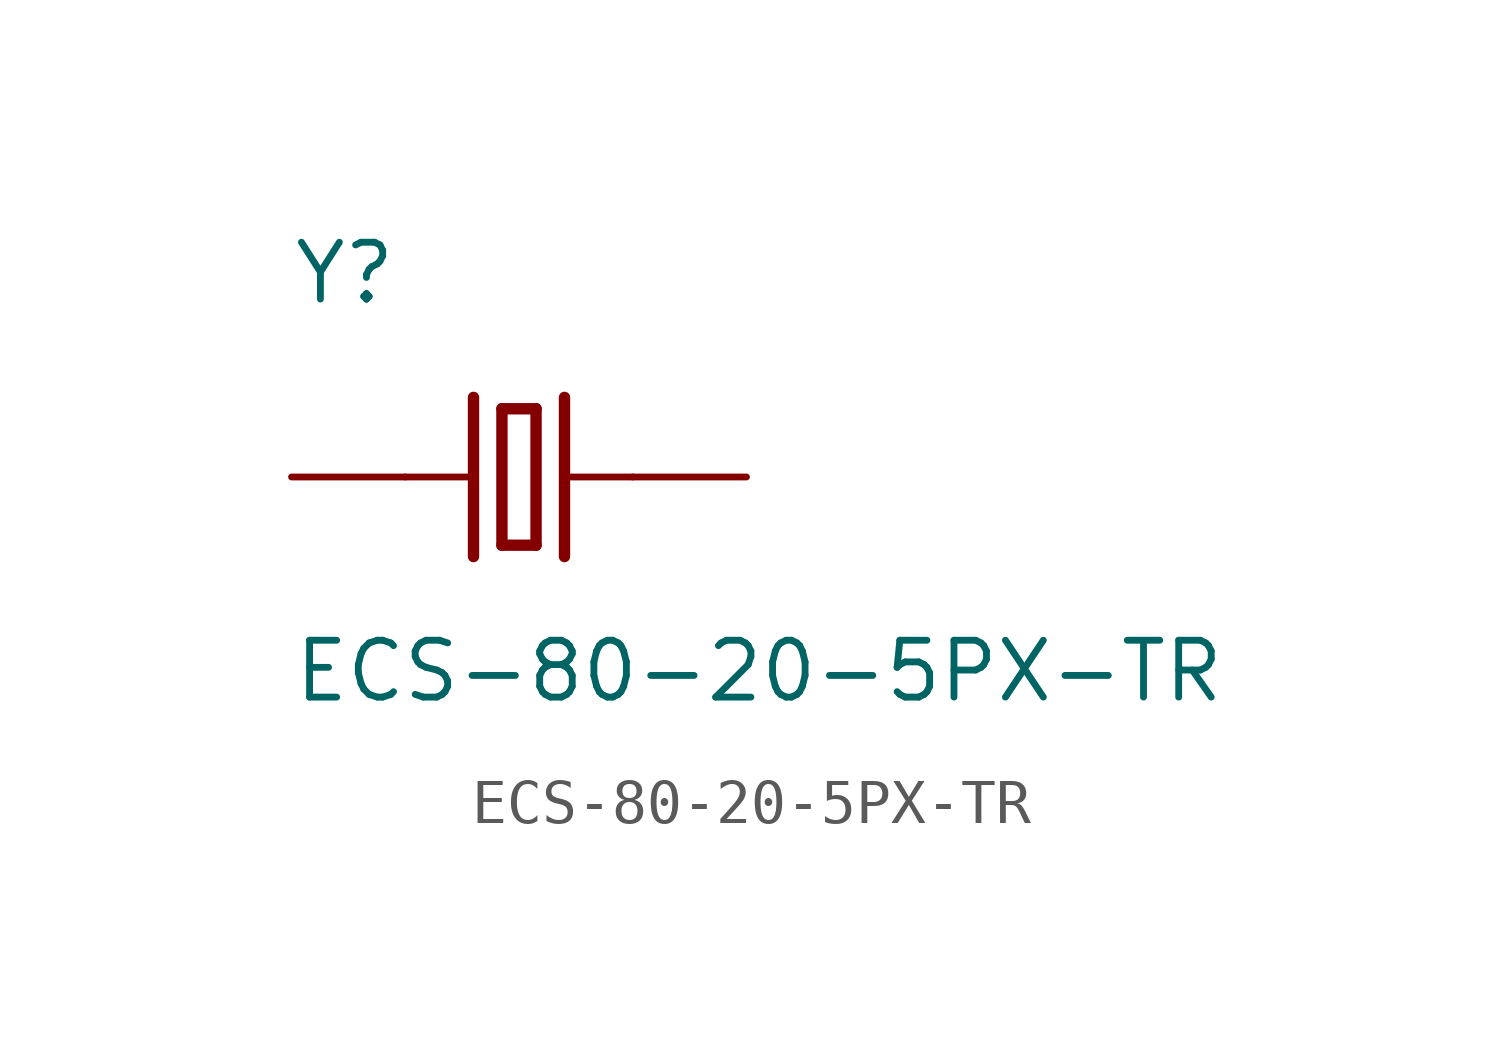
<source format=kicad_sym>
(kicad_symbol_lib
  (version 20220914)
  (generator kicad_symbol_editor)
  (symbol "ECS-80-20-5PX-TR"
    (pin_numbers hide)
    (pin_names
      (offset 1.016) hide)
    (property "Reference" "Y"
      (at -5.08 3.81 0)
      (effects (font (size 1.27 1.27)) (justify left bottom)))
    (property "Value" "ECS-80-20-5PX-TR"
      (at -5.08 -5.08 0)
      (effects (font (size 1.27 1.27)) (justify left bottom)))
    (property "ki_locked" ""
      (at 0 0 0)
      (effects (font (size 1.27 1.27))))
    (symbol "ECS-80-20-5PX-TR_0_0"
      (polyline (pts (xy -2.54 0) (xy -1.016 0)) (stroke (width 0.152) (type solid)) (fill (type none)))
      (polyline (pts (xy -1.016 1.778) (xy -1.016 -1.778)) (stroke (width 0.254) (type solid)) (fill (type none)))
      (polyline (pts (xy -0.381 -1.524) (xy 0.381 -1.524)) (stroke (width 0.254) (type solid)) (fill (type none)))
      (polyline (pts (xy -0.381 1.524) (xy -0.381 -1.524)) (stroke (width 0.254) (type solid)) (fill (type none)))
      (polyline (pts (xy 0.381 -1.524) (xy 0.381 1.524)) (stroke (width 0.254) (type solid)) (fill (type none)))
      (polyline (pts (xy 0.381 1.524) (xy -0.381 1.524)) (stroke (width 0.254) (type solid)) (fill (type none)))
      (polyline (pts (xy 1.016 0) (xy 2.54 0)) (stroke (width 0.152) (type solid)) (fill (type none)))
      (polyline (pts (xy 1.016 1.778) (xy 1.016 -1.778)) (stroke (width 0.254) (type solid)) (fill (type none)))
      (pin passive line (at -5.08 0 0) (length 2.54) (name "1" (effects (font (size 1.016 1.016)))) (number "1" (effects (font (size 1.016 1.016)))))
      (pin passive line (at 5.08 0 180) (length 2.54) (name "2" (effects (font (size 1.016 1.016)))) (number "2" (effects (font (size 1.016 1.016))))))))
</source>
